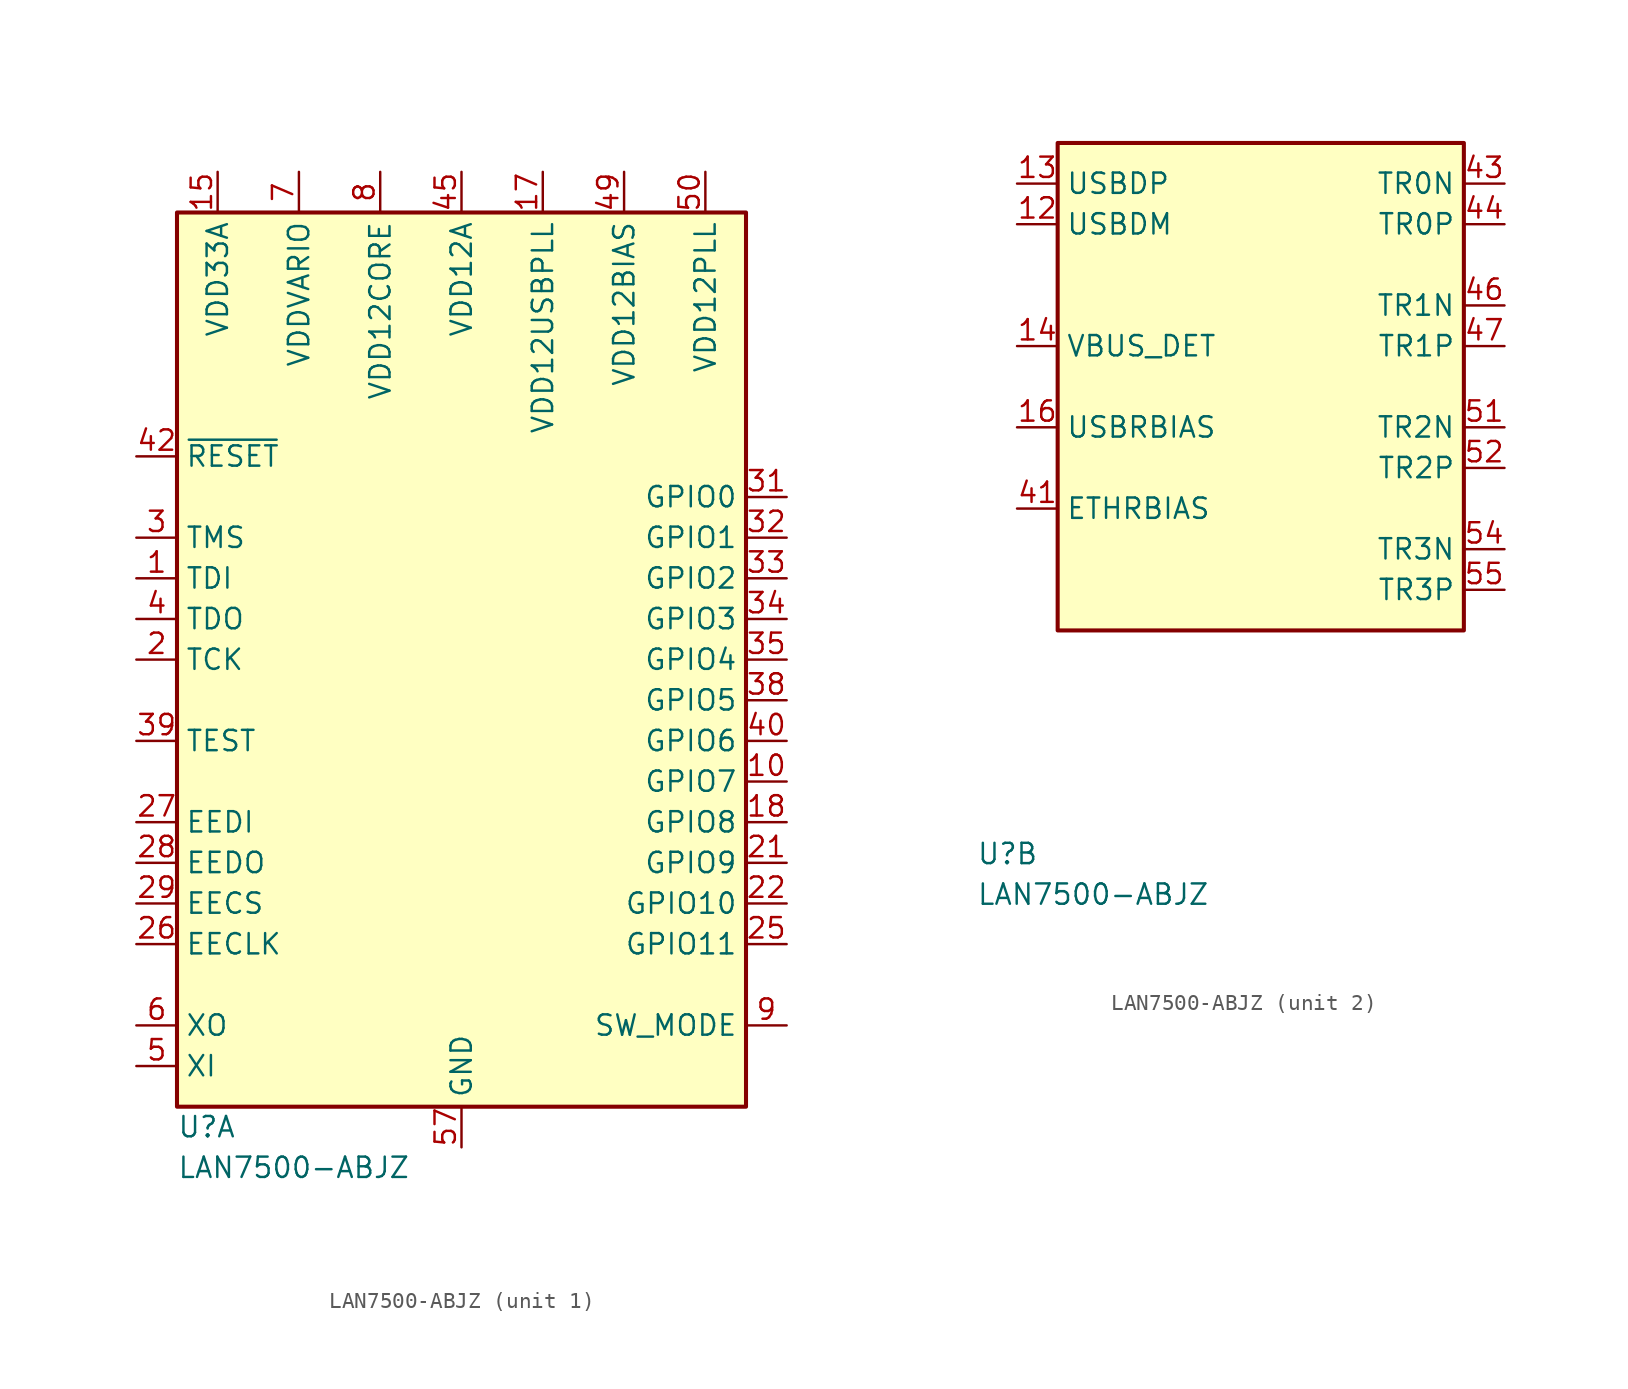
<source format=kicad_sym>
(kicad_symbol_lib
  (version 20241209)
  (generator "kicad_symbol_editor")
  (generator_version "9.0")
  (symbol "LAN7500-ABJZ"
    (property "Reference" "U"
      (at -17.78 -29.21 0)
      (effects (font (size 1.27 1.27)) (justify left)))
    (property "Value" "LAN7500-ABJZ"
      (at -17.78 -31.75 0)
      (effects (font (size 1.27 1.27)) (justify left)))
    (property "ki_locked" ""
      (at 0 0 0)
      (effects (font (size 1.27 1.27))))
    (symbol "LAN7500-ABJZ_1_1"
      (rectangle (start -17.78 27.94) (end 17.78 -27.94) (stroke (width 0.254) (type default)) (fill (type background)))
      (pin input line (at -20.32 12.7 0) (length 2.54) (name "~{RESET}" (effects (font (size 1.27 1.27)))) (number "42" (effects (font (size 1.27 1.27)))))
      (pin input line (at -20.32 7.62 0) (length 2.54) (name "TMS" (effects (font (size 1.27 1.27)))) (number "3" (effects (font (size 1.27 1.27)))))
      (pin input line (at -20.32 5.08 0) (length 2.54) (name "TDI" (effects (font (size 1.27 1.27)))) (number "1" (effects (font (size 1.27 1.27)))))
      (pin output line (at -20.32 2.54 0) (length 2.54) (name "TDO" (effects (font (size 1.27 1.27)))) (number "4" (effects (font (size 1.27 1.27)))))
      (pin input line (at -20.32 0 0) (length 2.54) (name "TCK" (effects (font (size 1.27 1.27)))) (number "2" (effects (font (size 1.27 1.27)))))
      (pin input line (at -20.32 -5.08 0) (length 2.54) (name "TEST" (effects (font (size 1.27 1.27)))) (number "39" (effects (font (size 1.27 1.27)))))
      (pin input line (at -20.32 -10.16 0) (length 2.54) (name "EEDI" (effects (font (size 1.27 1.27)))) (number "27" (effects (font (size 1.27 1.27)))))
      (pin output line (at -20.32 -12.7 0) (length 2.54) (name "EEDO" (effects (font (size 1.27 1.27)))) (number "28" (effects (font (size 1.27 1.27)))))
      (pin output line (at -20.32 -15.24 0) (length 2.54) (name "EECS" (effects (font (size 1.27 1.27)))) (number "29" (effects (font (size 1.27 1.27)))))
      (pin output line (at -20.32 -17.78 0) (length 2.54) (name "EECLK" (effects (font (size 1.27 1.27)))) (number "26" (effects (font (size 1.27 1.27)))))
      (pin output line (at -20.32 -22.86 0) (length 2.54) (name "XO" (effects (font (size 1.27 1.27)))) (number "6" (effects (font (size 1.27 1.27)))))
      (pin input line (at -20.32 -25.4 0) (length 2.54) (name "XI" (effects (font (size 1.27 1.27)))) (number "5" (effects (font (size 1.27 1.27)))))
      (pin power_in line (at -15.24 30.48 270) (length 2.54) (name "VDD33A" (effects (font (size 1.27 1.27)))) (number "15" (effects (font (size 1.27 1.27)))))
      (pin passive line (at -10.16 30.48 270) (length 2.54) (hide yes) (name "VDDVARIO" (effects (font (size 1.27 1.27)))) (number "19" (effects (font (size 1.27 1.27)))))
      (pin passive line (at -10.16 30.48 270) (length 2.54) (hide yes) (name "VDDVARIO" (effects (font (size 1.27 1.27)))) (number "24" (effects (font (size 1.27 1.27)))))
      (pin passive line (at -10.16 30.48 270) (length 2.54) (hide yes) (name "VDDVARIO" (effects (font (size 1.27 1.27)))) (number "37" (effects (font (size 1.27 1.27)))))
      (pin power_in line (at -10.16 30.48 270) (length 2.54) (name "VDDVARIO" (effects (font (size 1.27 1.27)))) (number "7" (effects (font (size 1.27 1.27)))))
      (pin passive line (at -5.08 30.48 270) (length 2.54) (hide yes) (name "VDD12CORE" (effects (font (size 1.27 1.27)))) (number "11" (effects (font (size 1.27 1.27)))))
      (pin passive line (at -5.08 30.48 270) (length 2.54) (hide yes) (name "VDD12CORE" (effects (font (size 1.27 1.27)))) (number "20" (effects (font (size 1.27 1.27)))))
      (pin passive line (at -5.08 30.48 270) (length 2.54) (hide yes) (name "VDD12CORE" (effects (font (size 1.27 1.27)))) (number "23" (effects (font (size 1.27 1.27)))))
      (pin passive line (at -5.08 30.48 270) (length 2.54) (hide yes) (name "VDD12CORE" (effects (font (size 1.27 1.27)))) (number "30" (effects (font (size 1.27 1.27)))))
      (pin passive line (at -5.08 30.48 270) (length 2.54) (hide yes) (name "VDD12CORE" (effects (font (size 1.27 1.27)))) (number "36" (effects (font (size 1.27 1.27)))))
      (pin power_in line (at -5.08 30.48 270) (length 2.54) (name "VDD12CORE" (effects (font (size 1.27 1.27)))) (number "8" (effects (font (size 1.27 1.27)))))
      (pin power_in line (at 0 30.48 270) (length 2.54) (name "VDD12A" (effects (font (size 1.27 1.27)))) (number "45" (effects (font (size 1.27 1.27)))))
      (pin passive line (at 0 30.48 270) (length 2.54) (hide yes) (name "VDD12A" (effects (font (size 1.27 1.27)))) (number "48" (effects (font (size 1.27 1.27)))))
      (pin passive line (at 0 30.48 270) (length 2.54) (hide yes) (name "VDD12A" (effects (font (size 1.27 1.27)))) (number "53" (effects (font (size 1.27 1.27)))))
      (pin passive line (at 0 30.48 270) (length 2.54) (hide yes) (name "VDD12A" (effects (font (size 1.27 1.27)))) (number "56" (effects (font (size 1.27 1.27)))))
      (pin power_in line (at 0 -30.48 90) (length 2.54) (name "GND" (effects (font (size 1.27 1.27)))) (number "57" (effects (font (size 1.27 1.27)))))
      (pin power_in line (at 5.08 30.48 270) (length 2.54) (name "VDD12USBPLL" (effects (font (size 1.27 1.27)))) (number "17" (effects (font (size 1.27 1.27)))))
      (pin power_in line (at 10.16 30.48 270) (length 2.54) (name "VDD12BIAS" (effects (font (size 1.27 1.27)))) (number "49" (effects (font (size 1.27 1.27)))))
      (pin power_in line (at 15.24 30.48 270) (length 2.54) (name "VDD12PLL" (effects (font (size 1.27 1.27)))) (number "50" (effects (font (size 1.27 1.27)))))
      (pin bidirectional line (at 20.32 10.16 180) (length 2.54) (name "GPIO0" (effects (font (size 1.27 1.27)))) (number "31" (effects (font (size 1.27 1.27)))))
      (pin bidirectional line (at 20.32 7.62 180) (length 2.54) (name "GPIO1" (effects (font (size 1.27 1.27)))) (number "32" (effects (font (size 1.27 1.27)))))
      (pin bidirectional line (at 20.32 5.08 180) (length 2.54) (name "GPIO2" (effects (font (size 1.27 1.27)))) (number "33" (effects (font (size 1.27 1.27)))))
      (pin bidirectional line (at 20.32 2.54 180) (length 2.54) (name "GPIO3" (effects (font (size 1.27 1.27)))) (number "34" (effects (font (size 1.27 1.27)))))
      (pin bidirectional line (at 20.32 0 180) (length 2.54) (name "GPIO4" (effects (font (size 1.27 1.27)))) (number "35" (effects (font (size 1.27 1.27)))))
      (pin bidirectional line (at 20.32 -2.54 180) (length 2.54) (name "GPIO5" (effects (font (size 1.27 1.27)))) (number "38" (effects (font (size 1.27 1.27)))))
      (pin bidirectional line (at 20.32 -5.08 180) (length 2.54) (name "GPIO6" (effects (font (size 1.27 1.27)))) (number "40" (effects (font (size 1.27 1.27)))))
      (pin bidirectional line (at 20.32 -7.62 180) (length 2.54) (name "GPIO7" (effects (font (size 1.27 1.27)))) (number "10" (effects (font (size 1.27 1.27)))))
      (pin bidirectional line (at 20.32 -10.16 180) (length 2.54) (name "GPIO8" (effects (font (size 1.27 1.27)))) (number "18" (effects (font (size 1.27 1.27)))))
      (pin bidirectional line (at 20.32 -12.7 180) (length 2.54) (name "GPIO9" (effects (font (size 1.27 1.27)))) (number "21" (effects (font (size 1.27 1.27)))))
      (pin bidirectional line (at 20.32 -15.24 180) (length 2.54) (name "GPIO10" (effects (font (size 1.27 1.27)))) (number "22" (effects (font (size 1.27 1.27)))))
      (pin bidirectional line (at 20.32 -17.78 180) (length 2.54) (name "GPIO11" (effects (font (size 1.27 1.27)))) (number "25" (effects (font (size 1.27 1.27)))))
      (pin output line (at 20.32 -22.86 180) (length 2.54) (name "SW_MODE" (effects (font (size 1.27 1.27)))) (number "9" (effects (font (size 1.27 1.27))))))
    (symbol "LAN7500-ABJZ_2_1"
      (rectangle (start 12.7 -15.24) (end -12.7 15.24) (stroke (width 0.254) (type default)) (fill (type background)))
      (pin bidirectional line (at -15.24 12.7 0) (length 2.54) (name "USBDP" (effects (font (size 1.27 1.27)))) (number "13" (effects (font (size 1.27 1.27)))))
      (pin bidirectional line (at -15.24 10.16 0) (length 2.54) (name "USBDM" (effects (font (size 1.27 1.27)))) (number "12" (effects (font (size 1.27 1.27)))))
      (pin input line (at -15.24 2.54 0) (length 2.54) (name "VBUS_DET" (effects (font (size 1.27 1.27)))) (number "14" (effects (font (size 1.27 1.27)))))
      (pin passive line (at -15.24 -2.54 0) (length 2.54) (name "USBRBIAS" (effects (font (size 1.27 1.27)))) (number "16" (effects (font (size 1.27 1.27)))))
      (pin passive line (at -15.24 -7.62 0) (length 2.54) (name "ETHRBIAS" (effects (font (size 1.27 1.27)))) (number "41" (effects (font (size 1.27 1.27)))))
      (pin bidirectional line (at 15.24 12.7 180) (length 2.54) (name "TR0N" (effects (font (size 1.27 1.27)))) (number "43" (effects (font (size 1.27 1.27)))))
      (pin bidirectional line (at 15.24 10.16 180) (length 2.54) (name "TR0P" (effects (font (size 1.27 1.27)))) (number "44" (effects (font (size 1.27 1.27)))))
      (pin bidirectional line (at 15.24 5.08 180) (length 2.54) (name "TR1N" (effects (font (size 1.27 1.27)))) (number "46" (effects (font (size 1.27 1.27)))))
      (pin bidirectional line (at 15.24 2.54 180) (length 2.54) (name "TR1P" (effects (font (size 1.27 1.27)))) (number "47" (effects (font (size 1.27 1.27)))))
      (pin bidirectional line (at 15.24 -2.54 180) (length 2.54) (name "TR2N" (effects (font (size 1.27 1.27)))) (number "51" (effects (font (size 1.27 1.27)))))
      (pin bidirectional line (at 15.24 -5.08 180) (length 2.54) (name "TR2P" (effects (font (size 1.27 1.27)))) (number "52" (effects (font (size 1.27 1.27)))))
      (pin bidirectional line (at 15.24 -10.16 180) (length 2.54) (name "TR3N" (effects (font (size 1.27 1.27)))) (number "54" (effects (font (size 1.27 1.27)))))
      (pin bidirectional line (at 15.24 -12.7 180) (length 2.54) (name "TR3P" (effects (font (size 1.27 1.27)))) (number "55" (effects (font (size 1.27 1.27))))))))
</source>
